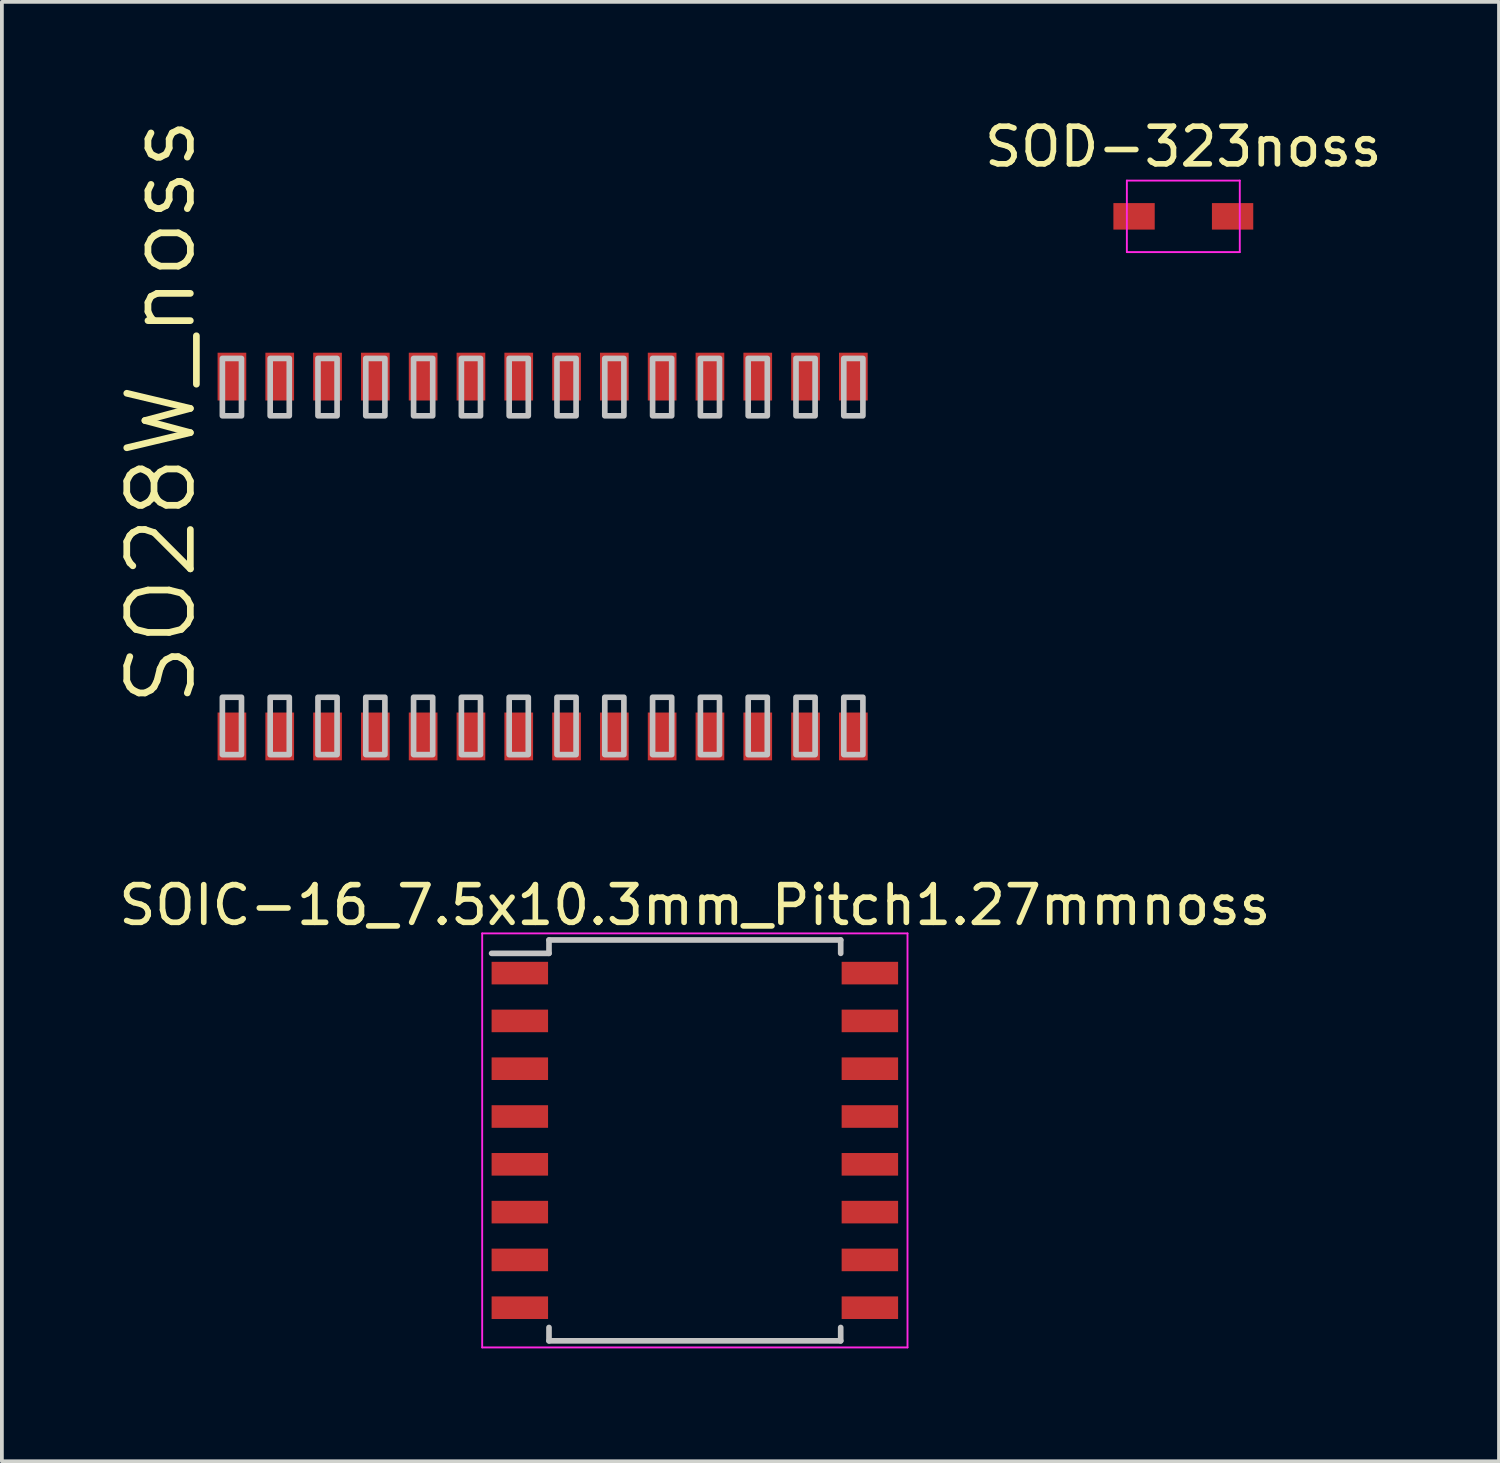
<source format=kicad_pcb>
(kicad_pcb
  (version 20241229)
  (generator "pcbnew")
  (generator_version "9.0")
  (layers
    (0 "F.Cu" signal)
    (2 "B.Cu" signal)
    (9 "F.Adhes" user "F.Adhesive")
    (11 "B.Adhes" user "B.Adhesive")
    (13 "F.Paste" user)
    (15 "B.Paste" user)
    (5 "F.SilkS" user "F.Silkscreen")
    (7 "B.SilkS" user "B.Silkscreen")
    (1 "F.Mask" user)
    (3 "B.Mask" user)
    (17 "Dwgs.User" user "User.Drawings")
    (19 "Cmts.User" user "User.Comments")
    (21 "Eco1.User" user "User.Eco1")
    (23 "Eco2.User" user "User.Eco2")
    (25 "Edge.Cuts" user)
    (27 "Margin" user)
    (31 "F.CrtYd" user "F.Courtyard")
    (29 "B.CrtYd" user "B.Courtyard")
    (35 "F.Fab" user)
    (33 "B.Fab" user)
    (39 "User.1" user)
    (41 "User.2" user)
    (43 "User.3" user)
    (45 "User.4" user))
  (footprint "SOD-323noss"
    (layer "F.Cu")
    (at 28.389 2.698)
    (property "Reference" "SOD-323noss" (at 0 -1.85 0) (layer "F.SilkS") (effects (font (size 1 1) (thickness 0.15))))
    (attr smd)
    (fp_line (start -1.5 -0.95) (end -1.5 0.95) (stroke (width 0.05) (type solid)) (layer "F.CrtYd"))
    (fp_line (start -1.5 -0.95) (end 1.5 -0.95) (stroke (width 0.05) (type solid)) (layer "F.CrtYd"))
    (fp_line (start -1.5 0.95) (end 1.5 0.95) (stroke (width 0.05) (type solid)) (layer "F.CrtYd"))
    (fp_line (start 1.5 -0.95) (end 1.5 0.95) (stroke (width 0.05) (type solid)) (layer "F.CrtYd"))
    (pad "1" smd rect (at -1.309 0) (size 1.098 0.704) (layers "F.Cu" "F.Mask" "F.Paste"))
    (pad "2" smd rect (at 1.309 0) (size 1.098 0.704) (layers "F.Cu" "F.Mask" "F.Paste")))
  (footprint "SOIC-16_7.5x10.3mm_Pitch1.27mmnoss"
    (layer "F.Cu")
    (at 15.411 27.249)
    (property "Reference" "SOIC-16_7.5x10.3mm_Pitch1.27mmnoss" (at 0 -6.25 0) (layer "F.SilkS") (effects (font (size 1 1) (thickness 0.15))))
    (attr smd)
    (fp_line (start -3.875 -5.325) (end -3.875 -4.97) (stroke (width 0.15) (type solid)) (layer "Dwgs.User"))
    (fp_line (start -3.875 -5.325) (end 3.875 -5.325) (stroke (width 0.15) (type solid)) (layer "Dwgs.User"))
    (fp_line (start -3.875 -4.97) (end -5.4 -4.97) (stroke (width 0.15) (type solid)) (layer "Dwgs.User"))
    (fp_line (start -3.875 5.325) (end -3.875 4.97) (stroke (width 0.15) (type solid)) (layer "Dwgs.User"))
    (fp_line (start -3.875 5.325) (end 3.875 5.325) (stroke (width 0.15) (type solid)) (layer "Dwgs.User"))
    (fp_line (start 3.875 -5.325) (end 3.875 -4.97) (stroke (width 0.15) (type solid)) (layer "Dwgs.User"))
    (fp_line (start 3.875 5.325) (end 3.875 4.97) (stroke (width 0.15) (type solid)) (layer "Dwgs.User"))
    (fp_line (start -5.65 -5.5) (end -5.65 5.5) (stroke (width 0.05) (type solid)) (layer "F.CrtYd"))
    (fp_line (start -5.65 -5.5) (end 5.65 -5.5) (stroke (width 0.05) (type solid)) (layer "F.CrtYd"))
    (fp_line (start -5.65 5.5) (end 5.65 5.5) (stroke (width 0.05) (type solid)) (layer "F.CrtYd"))
    (fp_line (start 5.65 -5.5) (end 5.65 5.5) (stroke (width 0.05) (type solid)) (layer "F.CrtYd"))
    (pad "1" smd rect (at -4.65 -4.445) (size 1.5 0.6) (layers "F.Cu" "F.Mask" "F.Paste"))
    (pad "2" smd rect (at -4.65 -3.175) (size 1.5 0.6) (layers "F.Cu" "F.Mask" "F.Paste"))
    (pad "3" smd rect (at -4.65 -1.905) (size 1.5 0.6) (layers "F.Cu" "F.Mask" "F.Paste"))
    (pad "4" smd rect (at -4.65 -0.635) (size 1.5 0.6) (layers "F.Cu" "F.Mask" "F.Paste"))
    (pad "5" smd rect (at -4.65 0.635) (size 1.5 0.6) (layers "F.Cu" "F.Mask" "F.Paste"))
    (pad "6" smd rect (at -4.65 1.905) (size 1.5 0.6) (layers "F.Cu" "F.Mask" "F.Paste"))
    (pad "7" smd rect (at -4.65 3.175) (size 1.5 0.6) (layers "F.Cu" "F.Mask" "F.Paste"))
    (pad "8" smd rect (at -4.65 4.445) (size 1.5 0.6) (layers "F.Cu" "F.Mask" "F.Paste"))
    (pad "9" smd rect (at 4.65 4.445) (size 1.5 0.6) (layers "F.Cu" "F.Mask" "F.Paste"))
    (pad "10" smd rect (at 4.65 3.175) (size 1.5 0.6) (layers "F.Cu" "F.Mask" "F.Paste"))
    (pad "11" smd rect (at 4.65 1.905) (size 1.5 0.6) (layers "F.Cu" "F.Mask" "F.Paste"))
    (pad "12" smd rect (at 4.65 0.635) (size 1.5 0.6) (layers "F.Cu" "F.Mask" "F.Paste"))
    (pad "13" smd rect (at 4.65 -0.635) (size 1.5 0.6) (layers "F.Cu" "F.Mask" "F.Paste"))
    (pad "14" smd rect (at 4.65 -1.905) (size 1.5 0.6) (layers "F.Cu" "F.Mask" "F.Paste"))
    (pad "15" smd rect (at 4.65 -3.175) (size 1.5 0.6) (layers "F.Cu" "F.Mask" "F.Paste"))
    (pad "16" smd rect (at 4.65 -4.445) (size 1.5 0.6) (layers "F.Cu" "F.Mask" "F.Paste")))
  (footprint "SO28W_noss"
    (layer "F.Cu")
    (at 10.732 11.736)
    (property "Reference" "SO28W_noss" (at -8.509 4.064 90) (layer "F.SilkS") (effects (font (size 1.689 1.689) (thickness 0.178)) (justify left bottom)))
    (attr through_hole)
    (fp_poly (pts (xy -7.874 -3.739) (xy -7.366 -3.739) (xy -7.366 -5.263) (xy -7.874 -5.263)) (stroke (width 0.15) (type solid)) (fill no) (layer "Dwgs.User"))
    (fp_poly (pts (xy -7.874 5.263) (xy -7.366 5.263) (xy -7.366 3.739) (xy -7.874 3.739)) (stroke (width 0.15) (type solid)) (fill no) (layer "Dwgs.User"))
    (fp_poly (pts (xy -6.604 -3.739) (xy -6.096 -3.739) (xy -6.096 -5.263) (xy -6.604 -5.263)) (stroke (width 0.15) (type solid)) (fill no) (layer "Dwgs.User"))
    (fp_poly (pts (xy -6.604 5.263) (xy -6.096 5.263) (xy -6.096 3.739) (xy -6.604 3.739)) (stroke (width 0.15) (type solid)) (fill no) (layer "Dwgs.User"))
    (fp_poly (pts (xy -5.334 -3.739) (xy -4.826 -3.739) (xy -4.826 -5.263) (xy -5.334 -5.263)) (stroke (width 0.15) (type solid)) (fill no) (layer "Dwgs.User"))
    (fp_poly (pts (xy -5.334 5.263) (xy -4.826 5.263) (xy -4.826 3.739) (xy -5.334 3.739)) (stroke (width 0.15) (type solid)) (fill no) (layer "Dwgs.User"))
    (fp_poly (pts (xy -4.064 -3.739) (xy -3.556 -3.739) (xy -3.556 -5.263) (xy -4.064 -5.263)) (stroke (width 0.15) (type solid)) (fill no) (layer "Dwgs.User"))
    (fp_poly (pts (xy -4.064 5.263) (xy -3.556 5.263) (xy -3.556 3.739) (xy -4.064 3.739)) (stroke (width 0.15) (type solid)) (fill no) (layer "Dwgs.User"))
    (fp_poly (pts (xy -2.794 -3.739) (xy -2.286 -3.739) (xy -2.286 -5.263) (xy -2.794 -5.263)) (stroke (width 0.15) (type solid)) (fill no) (layer "Dwgs.User"))
    (fp_poly (pts (xy -2.794 5.263) (xy -2.286 5.263) (xy -2.286 3.739) (xy -2.794 3.739)) (stroke (width 0.15) (type solid)) (fill no) (layer "Dwgs.User"))
    (fp_poly (pts (xy -1.524 -3.739) (xy -1.016 -3.739) (xy -1.016 -5.263) (xy -1.524 -5.263)) (stroke (width 0.15) (type solid)) (fill no) (layer "Dwgs.User"))
    (fp_poly (pts (xy -1.524 5.263) (xy -1.016 5.263) (xy -1.016 3.739) (xy -1.524 3.739)) (stroke (width 0.15) (type solid)) (fill no) (layer "Dwgs.User"))
    (fp_poly (pts (xy -0.254 -3.739) (xy 0.254 -3.739) (xy 0.254 -5.263) (xy -0.254 -5.263)) (stroke (width 0.15) (type solid)) (fill no) (layer "Dwgs.User"))
    (fp_poly (pts (xy -0.254 5.263) (xy 0.254 5.263) (xy 0.254 3.739) (xy -0.254 3.739)) (stroke (width 0.15) (type solid)) (fill no) (layer "Dwgs.User"))
    (fp_poly (pts (xy 1.016 -3.739) (xy 1.524 -3.739) (xy 1.524 -5.263) (xy 1.016 -5.263)) (stroke (width 0.15) (type solid)) (fill no) (layer "Dwgs.User"))
    (fp_poly (pts (xy 1.016 5.263) (xy 1.524 5.263) (xy 1.524 3.739) (xy 1.016 3.739)) (stroke (width 0.15) (type solid)) (fill no) (layer "Dwgs.User"))
    (fp_poly (pts (xy 2.286 -3.739) (xy 2.794 -3.739) (xy 2.794 -5.263) (xy 2.286 -5.263)) (stroke (width 0.15) (type solid)) (fill no) (layer "Dwgs.User"))
    (fp_poly (pts (xy 2.286 5.263) (xy 2.794 5.263) (xy 2.794 3.739) (xy 2.286 3.739)) (stroke (width 0.15) (type solid)) (fill no) (layer "Dwgs.User"))
    (fp_poly (pts (xy 3.556 -3.739) (xy 4.064 -3.739) (xy 4.064 -5.263) (xy 3.556 -5.263)) (stroke (width 0.15) (type solid)) (fill no) (layer "Dwgs.User"))
    (fp_poly (pts (xy 3.556 5.263) (xy 4.064 5.263) (xy 4.064 3.739) (xy 3.556 3.739)) (stroke (width 0.15) (type solid)) (fill no) (layer "Dwgs.User"))
    (fp_poly (pts (xy 4.826 -3.739) (xy 5.334 -3.739) (xy 5.334 -5.263) (xy 4.826 -5.263)) (stroke (width 0.15) (type solid)) (fill no) (layer "Dwgs.User"))
    (fp_poly (pts (xy 4.826 5.263) (xy 5.334 5.263) (xy 5.334 3.739) (xy 4.826 3.739)) (stroke (width 0.15) (type solid)) (fill no) (layer "Dwgs.User"))
    (fp_poly (pts (xy 6.096 -3.739) (xy 6.604 -3.739) (xy 6.604 -5.263) (xy 6.096 -5.263)) (stroke (width 0.15) (type solid)) (fill no) (layer "Dwgs.User"))
    (fp_poly (pts (xy 6.096 5.263) (xy 6.604 5.263) (xy 6.604 3.739) (xy 6.096 3.739)) (stroke (width 0.15) (type solid)) (fill no) (layer "Dwgs.User"))
    (fp_poly (pts (xy 7.366 -3.739) (xy 7.874 -3.739) (xy 7.874 -5.263) (xy 7.366 -5.263)) (stroke (width 0.15) (type solid)) (fill no) (layer "Dwgs.User"))
    (fp_poly (pts (xy 7.366 5.263) (xy 7.874 5.263) (xy 7.874 3.739) (xy 7.366 3.739)) (stroke (width 0.15) (type solid)) (fill no) (layer "Dwgs.User"))
    (fp_poly (pts (xy 8.636 -3.739) (xy 9.144 -3.739) (xy 9.144 -5.263) (xy 8.636 -5.263)) (stroke (width 0.15) (type solid)) (fill no) (layer "Dwgs.User"))
    (fp_poly (pts (xy 8.636 5.263) (xy 9.144 5.263) (xy 9.144 3.739) (xy 8.636 3.739)) (stroke (width 0.15) (type solid)) (fill no) (layer "Dwgs.User"))
    (pad "1" smd rect (at -7.62 4.78) (size 0.762 1.27) (layers "F.Cu" "F.Mask" "F.Paste"))
    (pad "2" smd rect (at -6.35 4.78) (size 0.762 1.27) (layers "F.Cu" "F.Mask" "F.Paste"))
    (pad "3" smd rect (at -5.08 4.78) (size 0.762 1.27) (layers "F.Cu" "F.Mask" "F.Paste"))
    (pad "4" smd rect (at -3.81 4.78) (size 0.762 1.27) (layers "F.Cu" "F.Mask" "F.Paste"))
    (pad "5" smd rect (at -2.54 4.78) (size 0.762 1.27) (layers "F.Cu" "F.Mask" "F.Paste"))
    (pad "6" smd rect (at -1.27 4.78) (size 0.762 1.27) (layers "F.Cu" "F.Mask" "F.Paste"))
    (pad "7" smd rect (at 0 4.78) (size 0.762 1.27) (layers "F.Cu" "F.Mask" "F.Paste"))
    (pad "8" smd rect (at 1.27 4.78) (size 0.762 1.27) (layers "F.Cu" "F.Mask" "F.Paste"))
    (pad "9" smd rect (at 2.54 4.78) (size 0.762 1.27) (layers "F.Cu" "F.Mask" "F.Paste"))
    (pad "10" smd rect (at 3.81 4.78) (size 0.762 1.27) (layers "F.Cu" "F.Mask" "F.Paste"))
    (pad "11" smd rect (at 5.08 4.78) (size 0.762 1.27) (layers "F.Cu" "F.Mask" "F.Paste"))
    (pad "12" smd rect (at 6.35 4.78) (size 0.762 1.27) (layers "F.Cu" "F.Mask" "F.Paste"))
    (pad "13" smd rect (at 7.62 4.78) (size 0.762 1.27) (layers "F.Cu" "F.Mask" "F.Paste"))
    (pad "14" smd rect (at 8.89 4.78) (size 0.762 1.27) (layers "F.Cu" "F.Mask" "F.Paste"))
    (pad "15" smd rect (at 8.89 -4.78) (size 0.762 1.27) (layers "F.Cu" "F.Mask" "F.Paste"))
    (pad "16" smd rect (at 7.62 -4.78) (size 0.762 1.27) (layers "F.Cu" "F.Mask" "F.Paste"))
    (pad "17" smd rect (at 6.35 -4.78) (size 0.762 1.27) (layers "F.Cu" "F.Mask" "F.Paste"))
    (pad "18" smd rect (at 5.08 -4.78) (size 0.762 1.27) (layers "F.Cu" "F.Mask" "F.Paste"))
    (pad "19" smd rect (at 3.81 -4.78) (size 0.762 1.27) (layers "F.Cu" "F.Mask" "F.Paste"))
    (pad "20" smd rect (at 2.54 -4.78) (size 0.762 1.27) (layers "F.Cu" "F.Mask" "F.Paste"))
    (pad "21" smd rect (at 1.27 -4.78) (size 0.762 1.27) (layers "F.Cu" "F.Mask" "F.Paste"))
    (pad "22" smd rect (at 0 -4.78) (size 0.762 1.27) (layers "F.Cu" "F.Mask" "F.Paste"))
    (pad "23" smd rect (at -1.27 -4.78) (size 0.762 1.27) (layers "F.Cu" "F.Mask" "F.Paste"))
    (pad "24" smd rect (at -2.54 -4.78) (size 0.762 1.27) (layers "F.Cu" "F.Mask" "F.Paste"))
    (pad "25" smd rect (at -3.81 -4.78) (size 0.762 1.27) (layers "F.Cu" "F.Mask" "F.Paste"))
    (pad "26" smd rect (at -5.08 -4.78) (size 0.762 1.27) (layers "F.Cu" "F.Mask" "F.Paste"))
    (pad "27" smd rect (at -6.35 -4.78) (size 0.762 1.27) (layers "F.Cu" "F.Mask" "F.Paste"))
    (pad "28" smd rect (at -7.62 -4.78) (size 0.762 1.27) (layers "F.Cu" "F.Mask" "F.Paste")))
  (gr_rect
    (start -3 -3)
    (end 36.776 35.774)
    (stroke (width 0.1) (type default))
    (fill no)
    (layer "Edge.Cuts")))
</source>
